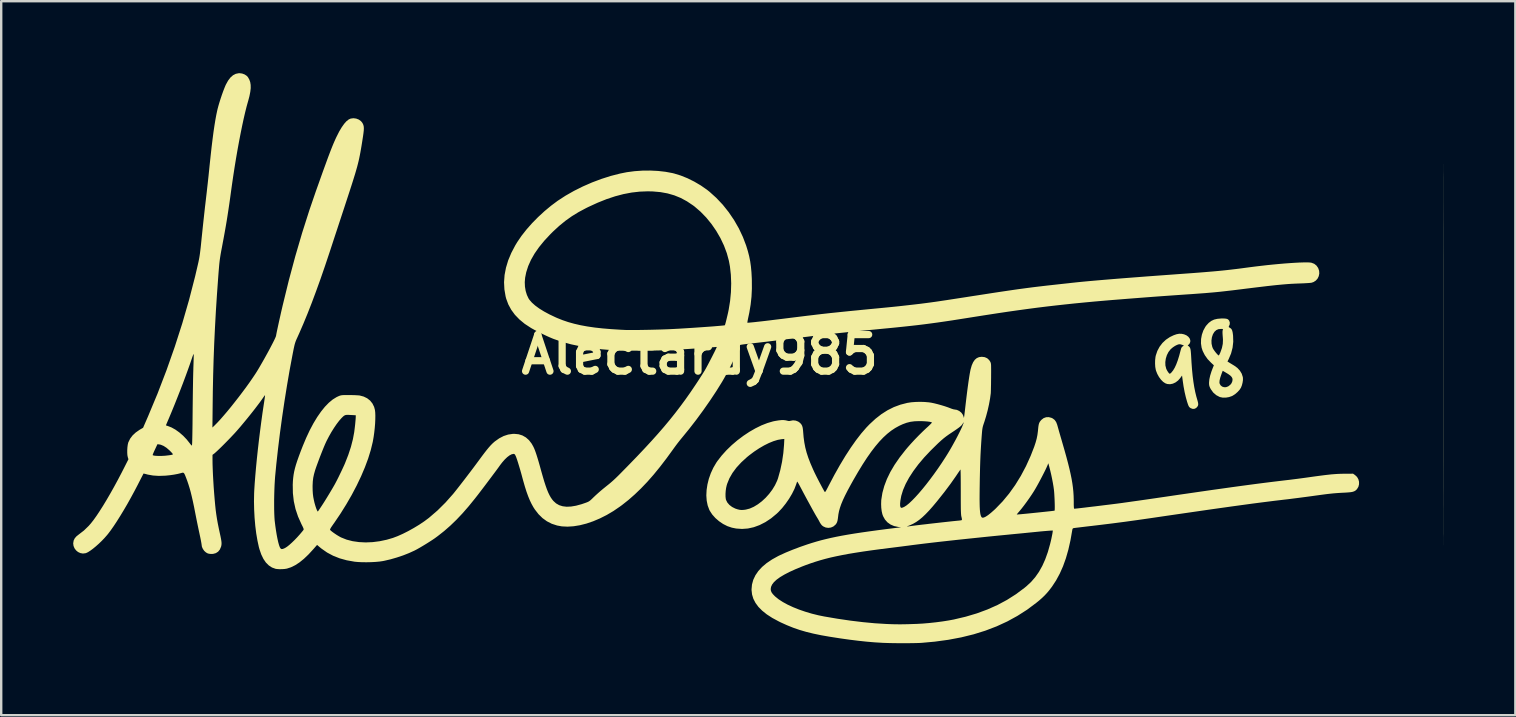
<source format=kicad_pcb>
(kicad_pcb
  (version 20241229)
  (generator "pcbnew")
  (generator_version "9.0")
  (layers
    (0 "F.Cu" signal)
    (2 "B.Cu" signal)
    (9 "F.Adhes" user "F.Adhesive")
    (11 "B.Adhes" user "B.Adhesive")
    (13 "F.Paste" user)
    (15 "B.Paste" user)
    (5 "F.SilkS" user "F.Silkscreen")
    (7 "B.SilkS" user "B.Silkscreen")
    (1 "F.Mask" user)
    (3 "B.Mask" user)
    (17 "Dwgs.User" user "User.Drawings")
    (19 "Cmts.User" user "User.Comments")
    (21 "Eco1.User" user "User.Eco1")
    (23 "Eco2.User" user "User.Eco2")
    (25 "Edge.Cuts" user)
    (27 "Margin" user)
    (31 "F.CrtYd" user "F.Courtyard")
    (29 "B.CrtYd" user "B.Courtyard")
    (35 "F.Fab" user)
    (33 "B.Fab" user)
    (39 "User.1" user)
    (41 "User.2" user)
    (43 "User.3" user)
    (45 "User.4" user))
  (footprint "Alectardy985"
    (layer "F.Cu")
    (at 26.107 11.726)
    (property "Reference" "Alectardy985" (at 0 0 0) (layer "F.SilkS") (effects (font (size 1.524 1.524) (thickness 0.3))))
    (attr board_only exclude_from_pos_files exclude_from_bom)
    (fp_poly (pts (xy 30.982 -7.936) (xy 30.982 -7.892) (xy 30.982 -7.815) (xy 30.982 -7.705) (xy 30.982 -7.56) (xy 30.983 -7.38) (xy 30.983 -7.166) (xy 30.983 -6.917) (xy 30.983 -6.632) (xy 30.983 -6.436) (xy 30.984 -5.868) (xy 30.984 -5.268) (xy 30.984 -4.639) (xy 30.985 -3.985) (xy 30.985 -3.31) (xy 30.985 -2.617) (xy 30.985 -1.91) (xy 30.985 -1.194) (xy 30.985 -0.471) (xy 30.985 0.254) (xy 30.985 0.978) (xy 30.985 1.696) (xy 30.985 2.406) (xy 30.985 3.104) (xy 30.985 3.785) (xy 30.985 4.445) (xy 30.984 5.082) (xy 30.984 5.692) (xy 30.984 6.27) (xy 30.983 6.436) (xy 30.983 6.744) (xy 30.983 7.015) (xy 30.983 7.251) (xy 30.983 7.452) (xy 30.982 7.618) (xy 30.982 7.75) (xy 30.982 7.848) (xy 30.982 7.912) (xy 30.982 7.944) (xy 30.981 7.942) (xy 30.981 7.908) (xy 30.981 7.842) (xy 30.981 7.744) (xy 30.981 7.616) (xy 30.98 7.456) (xy 30.98 7.266) (xy 30.98 7.046) (xy 30.98 6.796) (xy 30.98 6.517) (xy 30.98 6.209) (xy 30.98 5.872) (xy 30.979 5.508) (xy 30.979 5.115) (xy 30.979 4.696) (xy 30.979 4.249) (xy 30.979 3.776) (xy 30.979 3.276) (xy 30.979 2.751) (xy 30.979 2.201) (xy 30.979 1.625) (xy 30.979 1.025) (xy 30.979 0.401) (xy 30.979 0) (xy 30.979 -0.639) (xy 30.979 -1.254) (xy 30.979 -1.845) (xy 30.979 -2.411) (xy 30.979 -2.952) (xy 30.979 -3.468) (xy 30.979 -3.957) (xy 30.979 -4.421) (xy 30.979 -4.857) (xy 30.979 -5.266) (xy 30.98 -5.648) (xy 30.98 -6.002) (xy 30.98 -6.328) (xy 30.98 -6.625) (xy 30.98 -6.894) (xy 30.98 -7.132) (xy 30.98 -7.341) (xy 30.98 -7.52) (xy 30.981 -7.668) (xy 30.981 -7.785) (xy 30.981 -7.871) (xy 30.981 -7.925) (xy 30.981 -7.946)) (stroke (width 0) (type solid)) (fill yes) (layer "F.SilkS"))
    (fp_poly (pts (xy 20.08 -0.867) (xy 20.182 -0.845) (xy 20.281 -0.803) (xy 20.358 -0.745) (xy 20.412 -0.677) (xy 20.44 -0.603) (xy 20.44 -0.529) (xy 20.41 -0.458) (xy 20.379 -0.424) (xy 20.332 -0.38) (xy 20.371 -0.352) (xy 20.405 -0.322) (xy 20.43 -0.283) (xy 20.448 -0.228) (xy 20.46 -0.151) (xy 20.469 -0.047) (xy 20.473 0.009) (xy 20.492 0.336) (xy 20.514 0.631) (xy 20.54 0.896) (xy 20.571 1.136) (xy 20.606 1.355) (xy 20.646 1.555) (xy 20.691 1.741) (xy 20.719 1.838) (xy 20.748 1.938) (xy 20.765 2.011) (xy 20.771 2.064) (xy 20.767 2.106) (xy 20.753 2.142) (xy 20.744 2.158) (xy 20.687 2.224) (xy 20.615 2.259) (xy 20.536 2.261) (xy 20.454 2.23) (xy 20.443 2.222) (xy 20.413 2.199) (xy 20.389 2.172) (xy 20.367 2.133) (xy 20.344 2.074) (xy 20.316 1.99) (xy 20.312 1.979) (xy 20.257 1.785) (xy 20.205 1.563) (xy 20.16 1.322) (xy 20.128 1.103) (xy 20.097 0.872) (xy 20.028 0.968) (xy 19.934 1.077) (xy 19.827 1.158) (xy 19.714 1.211) (xy 19.597 1.234) (xy 19.482 1.225) (xy 19.401 1.196) (xy 19.309 1.135) (xy 19.219 1.044) (xy 19.136 0.932) (xy 19.066 0.805) (xy 19.013 0.671) (xy 19.002 0.63) (xy 18.981 0.512) (xy 18.973 0.375) (xy 18.974 0.312) (xy 19.4 0.312) (xy 19.404 0.453) (xy 19.436 0.582) (xy 19.441 0.596) (xy 19.471 0.657) (xy 19.507 0.716) (xy 19.543 0.765) (xy 19.573 0.794) (xy 19.584 0.798) (xy 19.61 0.786) (xy 19.645 0.756) (xy 19.652 0.748) (xy 19.725 0.658) (xy 19.792 0.546) (xy 19.856 0.408) (xy 19.918 0.242) (xy 19.979 0.045) (xy 20.04 -0.185) (xy 20.04 -0.185) (xy 20.06 -0.257) (xy 20.082 -0.302) (xy 20.11 -0.332) (xy 20.123 -0.341) (xy 20.176 -0.375) (xy 20.104 -0.408) (xy 20.016 -0.432) (xy 19.964 -0.43) (xy 19.891 -0.406) (xy 19.804 -0.362) (xy 19.715 -0.303) (xy 19.635 -0.235) (xy 19.617 -0.218) (xy 19.531 -0.107) (xy 19.465 0.023) (xy 19.421 0.166) (xy 19.4 0.312) (xy 18.974 0.312) (xy 18.976 0.231) (xy 18.991 0.096) (xy 19.004 0.036) (xy 19.067 -0.152) (xy 19.161 -0.328) (xy 19.282 -0.486) (xy 19.427 -0.622) (xy 19.59 -0.731) (xy 19.608 -0.74) (xy 19.748 -0.807) (xy 19.869 -0.849) (xy 19.977 -0.869)) (stroke (width 0) (type solid)) (fill yes) (layer "F.SilkS"))
    (fp_poly (pts (xy 21.88 -1.503) (xy 21.952 -1.493) (xy 22.003 -1.474) (xy 22.04 -1.442) (xy 22.062 -1.411) (xy 22.088 -1.337) (xy 22.083 -1.256) (xy 22.053 -1.187) (xy 22.041 -1.161) (xy 22.049 -1.142) (xy 22.084 -1.12) (xy 22.093 -1.115) (xy 22.135 -1.086) (xy 22.166 -1.048) (xy 22.189 -0.994) (xy 22.207 -0.917) (xy 22.221 -0.812) (xy 22.224 -0.783) (xy 22.231 -0.534) (xy 22.203 -0.288) (xy 22.14 -0.048) (xy 22.045 0.179) (xy 21.99 0.287) (xy 22.076 0.341) (xy 22.139 0.379) (xy 22.214 0.425) (xy 22.272 0.46) (xy 22.403 0.555) (xy 22.507 0.668) (xy 22.584 0.795) (xy 22.628 0.932) (xy 22.634 0.97) (xy 22.635 1.062) (xy 22.619 1.17) (xy 22.591 1.28) (xy 22.552 1.378) (xy 22.549 1.383) (xy 22.492 1.47) (xy 22.41 1.559) (xy 22.314 1.642) (xy 22.214 1.708) (xy 22.176 1.728) (xy 22.055 1.77) (xy 21.925 1.792) (xy 21.796 1.793) (xy 21.682 1.77) (xy 21.657 1.761) (xy 21.516 1.686) (xy 21.397 1.581) (xy 21.3 1.447) (xy 21.277 1.406) (xy 21.247 1.341) (xy 21.23 1.286) (xy 21.223 1.224) (xy 21.223 1.161) (xy 21.223 1.16) (xy 21.655 1.16) (xy 21.663 1.209) (xy 21.705 1.282) (xy 21.768 1.333) (xy 21.846 1.358) (xy 21.931 1.357) (xy 22.015 1.326) (xy 22.035 1.314) (xy 22.111 1.254) (xy 22.159 1.192) (xy 22.19 1.119) (xy 22.202 1.049) (xy 22.194 0.987) (xy 22.163 0.93) (xy 22.107 0.872) (xy 22.021 0.81) (xy 21.937 0.759) (xy 21.792 0.674) (xy 21.744 0.8) (xy 21.693 0.948) (xy 21.663 1.068) (xy 21.655 1.16) (xy 21.223 1.16) (xy 21.235 1.031) (xy 21.268 0.878) (xy 21.321 0.707) (xy 21.372 0.572) (xy 21.423 0.445) (xy 21.307 0.338) (xy 21.163 0.188) (xy 21.046 0.023) (xy 20.958 -0.15) (xy 20.912 -0.291) (xy 20.886 -0.467) (xy 20.889 -0.59) (xy 21.323 -0.59) (xy 21.327 -0.454) (xy 21.356 -0.325) (xy 21.381 -0.261) (xy 21.411 -0.211) (xy 21.452 -0.151) (xy 21.5 -0.089) (xy 21.548 -0.033) (xy 21.59 0.011) (xy 21.619 0.034) (xy 21.626 0.036) (xy 21.64 0.021) (xy 21.662 -0.021) (xy 21.689 -0.08) (xy 21.697 -0.099) (xy 21.76 -0.278) (xy 21.795 -0.448) (xy 21.802 -0.62) (xy 21.798 -0.689) (xy 21.789 -0.803) (xy 21.784 -0.887) (xy 21.783 -0.948) (xy 21.786 -0.991) (xy 21.794 -1.024) (xy 21.796 -1.03) (xy 21.802 -1.054) (xy 21.793 -1.066) (xy 21.761 -1.07) (xy 21.718 -1.07) (xy 21.611 -1.059) (xy 21.525 -1.021) (xy 21.451 -0.954) (xy 21.447 -0.95) (xy 21.384 -0.848) (xy 21.342 -0.724) (xy 21.323 -0.59) (xy 20.889 -0.59) (xy 20.89 -0.649) (xy 20.924 -0.831) (xy 20.984 -1.004) (xy 21.07 -1.16) (xy 21.106 -1.21) (xy 21.205 -1.319) (xy 21.311 -1.401) (xy 21.43 -1.458) (xy 21.568 -1.491) (xy 21.73 -1.505) (xy 21.78 -1.506)) (stroke (width 0) (type solid)) (fill yes) (layer "F.SilkS"))
    (fp_poly (pts (xy 11.874 0.106) (xy 11.976 0.15) (xy 12.059 0.226) (xy 12.107 0.299) (xy 12.117 0.321) (xy 12.126 0.344) (xy 12.132 0.372) (xy 12.137 0.41) (xy 12.14 0.461) (xy 12.141 0.531) (xy 12.142 0.623) (xy 12.142 0.741) (xy 12.141 0.891) (xy 12.141 0.943) (xy 12.139 1.089) (xy 12.138 1.228) (xy 12.135 1.354) (xy 12.133 1.461) (xy 12.13 1.546) (xy 12.128 1.602) (xy 12.127 1.615) (xy 12.097 1.835) (xy 12.053 2.075) (xy 11.997 2.325) (xy 11.931 2.572) (xy 11.859 2.805) (xy 11.849 2.834) (xy 11.823 2.91) (xy 11.803 2.974) (xy 11.788 3.035) (xy 11.777 3.098) (xy 11.767 3.174) (xy 11.759 3.269) (xy 11.749 3.392) (xy 11.748 3.406) (xy 11.732 3.625) (xy 11.719 3.832) (xy 11.707 4.034) (xy 11.697 4.237) (xy 11.689 4.448) (xy 11.682 4.672) (xy 11.676 4.917) (xy 11.67 5.189) (xy 11.668 5.343) (xy 11.664 5.603) (xy 11.662 5.83) (xy 11.661 6.025) (xy 11.663 6.192) (xy 11.666 6.332) (xy 11.672 6.449) (xy 11.68 6.545) (xy 11.69 6.622) (xy 11.703 6.682) (xy 11.719 6.729) (xy 11.738 6.765) (xy 11.744 6.775) (xy 11.781 6.797) (xy 11.839 6.789) (xy 11.918 6.752) (xy 12.017 6.687) (xy 12.048 6.662) (xy 13.208 6.662) (xy 13.225 6.662) (xy 13.274 6.659) (xy 13.35 6.653) (xy 13.449 6.644) (xy 13.566 6.633) (xy 13.697 6.62) (xy 13.837 6.606) (xy 13.982 6.591) (xy 14.128 6.576) (xy 14.269 6.561) (xy 14.403 6.547) (xy 14.523 6.534) (xy 14.626 6.523) (xy 14.707 6.513) (xy 14.761 6.506) (xy 14.785 6.502) (xy 14.786 6.501) (xy 14.791 6.478) (xy 14.793 6.425) (xy 14.794 6.348) (xy 14.793 6.252) (xy 14.79 6.144) (xy 14.786 6.03) (xy 14.78 5.916) (xy 14.774 5.808) (xy 14.767 5.711) (xy 14.759 5.633) (xy 14.758 5.624) (xy 14.739 5.49) (xy 14.712 5.332) (xy 14.679 5.16) (xy 14.642 4.986) (xy 14.603 4.821) (xy 14.567 4.681) (xy 14.525 4.527) (xy 14.489 4.617) (xy 14.454 4.697) (xy 14.405 4.802) (xy 14.344 4.924) (xy 14.275 5.059) (xy 14.202 5.199) (xy 14.127 5.339) (xy 14.055 5.47) (xy 13.988 5.587) (xy 13.93 5.684) (xy 13.924 5.694) (xy 13.833 5.835) (xy 13.731 5.985) (xy 13.623 6.137) (xy 13.514 6.284) (xy 13.412 6.416) (xy 13.321 6.526) (xy 13.306 6.543) (xy 13.261 6.596) (xy 13.227 6.637) (xy 13.209 6.66) (xy 13.208 6.662) (xy 12.048 6.662) (xy 12.136 6.592) (xy 12.275 6.469) (xy 12.334 6.413) (xy 12.62 6.117) (xy 12.891 5.79) (xy 13.145 5.434) (xy 13.38 5.053) (xy 13.595 4.648) (xy 13.788 4.222) (xy 13.938 3.837) (xy 13.996 3.662) (xy 14.04 3.503) (xy 14.071 3.347) (xy 14.093 3.18) (xy 14.098 3.122) (xy 14.11 3.007) (xy 14.124 2.921) (xy 14.143 2.855) (xy 14.17 2.801) (xy 14.208 2.751) (xy 14.24 2.716) (xy 14.329 2.647) (xy 14.432 2.61) (xy 14.542 2.605) (xy 14.654 2.634) (xy 14.71 2.661) (xy 14.79 2.723) (xy 14.851 2.81) (xy 14.896 2.925) (xy 14.904 2.956) (xy 14.917 3.001) (xy 14.938 3.076) (xy 14.966 3.176) (xy 15 3.295) (xy 15.039 3.429) (xy 15.081 3.573) (xy 15.112 3.681) (xy 15.203 3.996) (xy 15.282 4.28) (xy 15.35 4.537) (xy 15.408 4.771) (xy 15.456 4.985) (xy 15.496 5.182) (xy 15.527 5.367) (xy 15.551 5.542) (xy 15.568 5.711) (xy 15.579 5.879) (xy 15.584 6.047) (xy 15.585 6.15) (xy 15.585 6.259) (xy 15.588 6.336) (xy 15.592 6.386) (xy 15.598 6.413) (xy 15.608 6.422) (xy 15.609 6.423) (xy 15.636 6.42) (xy 15.694 6.414) (xy 15.781 6.405) (xy 15.891 6.392) (xy 16.021 6.377) (xy 16.167 6.359) (xy 16.325 6.34) (xy 16.49 6.321) (xy 16.659 6.3) (xy 16.827 6.279) (xy 16.991 6.259) (xy 17.146 6.24) (xy 17.289 6.222) (xy 17.415 6.206) (xy 17.499 6.195) (xy 17.598 6.182) (xy 17.729 6.163) (xy 17.887 6.141) (xy 18.069 6.115) (xy 18.271 6.087) (xy 18.487 6.056) (xy 18.715 6.023) (xy 18.949 5.989) (xy 19.187 5.954) (xy 19.395 5.924) (xy 19.935 5.844) (xy 20.442 5.771) (xy 20.917 5.702) (xy 21.362 5.638) (xy 21.778 5.58) (xy 22.168 5.525) (xy 22.534 5.475) (xy 22.876 5.429) (xy 23.199 5.386) (xy 23.502 5.347) (xy 23.789 5.311) (xy 24.061 5.278) (xy 24.319 5.247) (xy 24.429 5.234) (xy 24.562 5.219) (xy 24.72 5.199) (xy 24.894 5.177) (xy 25.075 5.153) (xy 25.253 5.129) (xy 25.409 5.107) (xy 25.643 5.074) (xy 25.847 5.047) (xy 26.024 5.024) (xy 26.179 5.006) (xy 26.316 4.991) (xy 26.442 4.981) (xy 26.56 4.973) (xy 26.674 4.968) (xy 26.791 4.965) (xy 26.87 4.965) (xy 27.223 4.962) (xy 27.308 5.021) (xy 27.389 5.097) (xy 27.444 5.192) (xy 27.472 5.297) (xy 27.472 5.405) (xy 27.445 5.51) (xy 27.388 5.603) (xy 27.356 5.637) (xy 27.315 5.671) (xy 27.269 5.696) (xy 27.211 5.716) (xy 27.136 5.731) (xy 27.039 5.741) (xy 26.914 5.75) (xy 26.851 5.753) (xy 26.727 5.759) (xy 26.613 5.766) (xy 26.504 5.774) (xy 26.395 5.783) (xy 26.28 5.795) (xy 26.154 5.809) (xy 26.012 5.827) (xy 25.849 5.849) (xy 25.659 5.875) (xy 25.5 5.897) (xy 25.323 5.921) (xy 25.132 5.946) (xy 24.936 5.972) (xy 24.744 5.996) (xy 24.567 6.019) (xy 24.414 6.037) (xy 24.375 6.041) (xy 24.175 6.065) (xy 23.97 6.089) (xy 23.756 6.116) (xy 23.533 6.144) (xy 23.299 6.174) (xy 23.051 6.206) (xy 22.788 6.242) (xy 22.508 6.28) (xy 22.209 6.321) (xy 21.89 6.366) (xy 21.548 6.414) (xy 21.182 6.466) (xy 20.789 6.523) (xy 20.369 6.584) (xy 19.919 6.649) (xy 19.437 6.719) (xy 18.922 6.795) (xy 18.751 6.82) (xy 18.222 6.896) (xy 17.708 6.967) (xy 17.193 7.034) (xy 16.665 7.099) (xy 16.329 7.139) (xy 16.17 7.157) (xy 16.022 7.175) (xy 15.887 7.191) (xy 15.772 7.205) (xy 15.679 7.216) (xy 15.612 7.225) (xy 15.577 7.23) (xy 15.573 7.231) (xy 15.545 7.246) (xy 15.528 7.282) (xy 15.522 7.316) (xy 15.448 7.738) (xy 15.36 8.128) (xy 15.257 8.488) (xy 15.138 8.82) (xy 15.002 9.126) (xy 14.849 9.409) (xy 14.678 9.669) (xy 14.567 9.815) (xy 14.471 9.93) (xy 14.372 10.036) (xy 14.265 10.139) (xy 14.141 10.248) (xy 14.023 10.344) (xy 13.642 10.629) (xy 13.24 10.886) (xy 12.817 11.118) (xy 12.372 11.323) (xy 11.904 11.502) (xy 11.413 11.655) (xy 10.897 11.782) (xy 10.357 11.884) (xy 9.792 11.961) (xy 9.253 12.01) (xy 9.147 12.016) (xy 9.011 12.02) (xy 8.851 12.023) (xy 8.675 12.025) (xy 8.487 12.025) (xy 8.296 12.025) (xy 8.107 12.023) (xy 7.927 12.02) (xy 7.762 12.015) (xy 7.618 12.01) (xy 7.593 12.008) (xy 7.278 11.989) (xy 6.951 11.961) (xy 6.608 11.924) (xy 6.243 11.879) (xy 5.852 11.824) (xy 5.431 11.758) (xy 5.416 11.756) (xy 5.062 11.694) (xy 4.739 11.627) (xy 4.44 11.554) (xy 4.16 11.472) (xy 3.893 11.38) (xy 3.633 11.275) (xy 3.374 11.158) (xy 3.284 11.113) (xy 3.021 10.971) (xy 2.794 10.824) (xy 2.602 10.67) (xy 2.445 10.512) (xy 2.323 10.346) (xy 2.234 10.174) (xy 2.18 9.995) (xy 2.159 9.808) (xy 2.159 9.784) (xy 2.16 9.771) (xy 2.957 9.771) (xy 2.966 9.84) (xy 2.994 9.908) (xy 3.046 9.98) (xy 3.125 10.062) (xy 3.145 10.081) (xy 3.286 10.195) (xy 3.46 10.308) (xy 3.661 10.418) (xy 3.887 10.523) (xy 4.133 10.622) (xy 4.395 10.712) (xy 4.669 10.794) (xy 4.952 10.864) (xy 5.189 10.912) (xy 5.741 11.006) (xy 6.279 11.085) (xy 6.8 11.148) (xy 7.299 11.195) (xy 7.772 11.224) (xy 7.892 11.229) (xy 8.033 11.234) (xy 8.162 11.237) (xy 8.284 11.238) (xy 8.408 11.238) (xy 8.54 11.236) (xy 8.688 11.233) (xy 8.858 11.227) (xy 9.044 11.221) (xy 9.296 11.207) (xy 9.566 11.184) (xy 9.844 11.154) (xy 10.118 11.118) (xy 10.377 11.077) (xy 10.586 11.038) (xy 11.081 10.921) (xy 11.549 10.782) (xy 11.991 10.619) (xy 12.408 10.433) (xy 12.802 10.222) (xy 13.175 9.985) (xy 13.527 9.723) (xy 13.609 9.656) (xy 13.804 9.476) (xy 13.979 9.275) (xy 14.135 9.052) (xy 14.274 8.804) (xy 14.397 8.529) (xy 14.506 8.225) (xy 14.601 7.888) (xy 14.602 7.883) (xy 14.629 7.774) (xy 14.654 7.664) (xy 14.675 7.561) (xy 14.693 7.47) (xy 14.705 7.397) (xy 14.711 7.349) (xy 14.711 7.332) (xy 14.692 7.331) (xy 14.641 7.333) (xy 14.563 7.338) (xy 14.462 7.346) (xy 14.342 7.356) (xy 14.208 7.368) (xy 14.124 7.377) (xy 13.959 7.393) (xy 13.767 7.412) (xy 13.559 7.433) (xy 13.345 7.454) (xy 13.135 7.474) (xy 12.939 7.493) (xy 12.863 7.501) (xy 12.429 7.543) (xy 12 7.586) (xy 11.577 7.63) (xy 11.165 7.673) (xy 10.766 7.715) (xy 10.384 7.757) (xy 10.022 7.797) (xy 9.683 7.836) (xy 9.37 7.873) (xy 9.086 7.908) (xy 8.834 7.94) (xy 8.781 7.947) (xy 8.696 7.959) (xy 8.581 7.973) (xy 8.445 7.991) (xy 8.294 8.01) (xy 8.136 8.03) (xy 7.977 8.05) (xy 7.928 8.056) (xy 7.523 8.107) (xy 7.15 8.157) (xy 6.808 8.206) (xy 6.494 8.255) (xy 6.203 8.303) (xy 5.935 8.353) (xy 5.685 8.404) (xy 5.45 8.456) (xy 5.229 8.512) (xy 5.017 8.571) (xy 4.812 8.634) (xy 4.611 8.701) (xy 4.411 8.773) (xy 4.268 8.828) (xy 3.986 8.944) (xy 3.739 9.056) (xy 3.527 9.166) (xy 3.349 9.272) (xy 3.205 9.376) (xy 3.094 9.478) (xy 3.017 9.579) (xy 2.971 9.678) (xy 2.957 9.771) (xy 2.16 9.771) (xy 2.177 9.581) (xy 2.23 9.386) (xy 2.318 9.199) (xy 2.44 9.02) (xy 2.597 8.849) (xy 2.788 8.688) (xy 3.013 8.536) (xy 3.271 8.393) (xy 3.329 8.365) (xy 3.585 8.248) (xy 3.87 8.131) (xy 4.177 8.015) (xy 4.48 7.91) (xy 4.667 7.85) (xy 4.856 7.793) (xy 5.049 7.739) (xy 5.249 7.689) (xy 5.458 7.64) (xy 5.679 7.593) (xy 5.915 7.547) (xy 6.169 7.502) (xy 6.443 7.457) (xy 6.74 7.412) (xy 7.062 7.366) (xy 7.414 7.318) (xy 7.796 7.268) (xy 8.128 7.227) (xy 8.391 7.195) (xy 8.27 7.181) (xy 8.178 7.161) (xy 8.631 7.161) (xy 8.641 7.163) (xy 8.679 7.158) (xy 8.681 7.158) (xy 8.724 7.153) (xy 8.795 7.144) (xy 8.886 7.132) (xy 8.988 7.119) (xy 9.044 7.112) (xy 9.145 7.1) (xy 9.269 7.085) (xy 9.413 7.069) (xy 9.57 7.05) (xy 9.737 7.031) (xy 9.906 7.012) (xy 10.075 6.993) (xy 10.237 6.975) (xy 10.387 6.959) (xy 10.52 6.944) (xy 10.632 6.933) (xy 10.717 6.924) (xy 10.761 6.92) (xy 10.83 6.913) (xy 10.885 6.905) (xy 10.917 6.897) (xy 10.919 6.896) (xy 10.926 6.871) (xy 10.918 6.814) (xy 10.907 6.767) (xy 10.9 6.737) (xy 10.894 6.701) (xy 10.89 6.658) (xy 10.886 6.602) (xy 10.883 6.532) (xy 10.88 6.444) (xy 10.879 6.335) (xy 10.878 6.201) (xy 10.877 6.04) (xy 10.877 5.847) (xy 10.877 5.711) (xy 10.876 5.531) (xy 10.876 5.363) (xy 10.875 5.21) (xy 10.874 5.075) (xy 10.872 4.962) (xy 10.87 4.874) (xy 10.868 4.815) (xy 10.866 4.788) (xy 10.865 4.786) (xy 10.852 4.805) (xy 10.822 4.848) (xy 10.778 4.912) (xy 10.725 4.99) (xy 10.677 5.062) (xy 10.451 5.384) (xy 10.196 5.724) (xy 9.915 6.078) (xy 9.88 6.121) (xy 9.709 6.326) (xy 9.553 6.502) (xy 9.409 6.652) (xy 9.275 6.779) (xy 9.147 6.885) (xy 9.022 6.973) (xy 8.897 7.046) (xy 8.77 7.106) (xy 8.704 7.132) (xy 8.652 7.152) (xy 8.631 7.161) (xy 8.178 7.161) (xy 8.101 7.145) (xy 7.951 7.081) (xy 7.822 6.989) (xy 7.718 6.872) (xy 7.64 6.732) (xy 7.61 6.649) (xy 7.582 6.526) (xy 7.564 6.38) (xy 7.558 6.225) (xy 7.559 6.207) (xy 8.349 6.207) (xy 8.35 6.297) (xy 8.364 6.355) (xy 8.39 6.383) (xy 8.405 6.385) (xy 8.446 6.377) (xy 8.499 6.355) (xy 8.521 6.345) (xy 8.615 6.285) (xy 8.725 6.196) (xy 8.848 6.08) (xy 8.983 5.941) (xy 9.128 5.781) (xy 9.281 5.601) (xy 9.439 5.406) (xy 9.6 5.197) (xy 9.763 4.977) (xy 9.926 4.748) (xy 10.085 4.514) (xy 10.24 4.276) (xy 10.346 4.106) (xy 10.425 3.974) (xy 10.506 3.833) (xy 10.587 3.687) (xy 10.667 3.541) (xy 10.742 3.398) (xy 10.811 3.262) (xy 10.872 3.138) (xy 10.923 3.029) (xy 10.961 2.939) (xy 10.986 2.872) (xy 10.994 2.834) (xy 10.988 2.827) (xy 10.973 2.849) (xy 10.969 2.858) (xy 10.947 2.899) (xy 10.914 2.941) (xy 10.867 2.987) (xy 10.801 3.04) (xy 10.714 3.103) (xy 10.602 3.18) (xy 10.513 3.239) (xy 10.382 3.326) (xy 10.271 3.405) (xy 10.17 3.484) (xy 10.068 3.571) (xy 9.954 3.675) (xy 9.927 3.7) (xy 9.623 3.998) (xy 9.349 4.289) (xy 9.108 4.575) (xy 8.9 4.854) (xy 8.724 5.125) (xy 8.581 5.388) (xy 8.472 5.642) (xy 8.397 5.887) (xy 8.361 6.083) (xy 8.349 6.207) (xy 7.559 6.207) (xy 7.563 6.075) (xy 7.566 6.046) (xy 7.611 5.762) (xy 7.689 5.476) (xy 7.799 5.186) (xy 7.942 4.891) (xy 8.119 4.591) (xy 8.33 4.285) (xy 8.576 3.971) (xy 8.66 3.871) (xy 8.802 3.71) (xy 8.96 3.539) (xy 9.126 3.368) (xy 9.291 3.205) (xy 9.445 3.059) (xy 9.487 3.022) (xy 9.556 2.958) (xy 9.613 2.902) (xy 9.654 2.859) (xy 9.674 2.833) (xy 9.675 2.828) (xy 9.642 2.813) (xy 9.58 2.799) (xy 9.493 2.788) (xy 9.389 2.779) (xy 9.273 2.773) (xy 9.152 2.771) (xy 9.144 2.771) (xy 8.952 2.778) (xy 8.782 2.8) (xy 8.622 2.84) (xy 8.46 2.899) (xy 8.315 2.966) (xy 8.145 3.059) (xy 7.978 3.17) (xy 7.813 3.301) (xy 7.649 3.452) (xy 7.483 3.626) (xy 7.316 3.824) (xy 7.145 4.047) (xy 6.969 4.298) (xy 6.787 4.578) (xy 6.597 4.889) (xy 6.399 5.231) (xy 6.286 5.434) (xy 6.16 5.667) (xy 6.054 5.875) (xy 5.967 6.06) (xy 5.897 6.228) (xy 5.844 6.38) (xy 5.804 6.521) (xy 5.778 6.654) (xy 5.769 6.726) (xy 5.755 6.838) (xy 5.74 6.922) (xy 5.721 6.985) (xy 5.695 7.036) (xy 5.661 7.082) (xy 5.654 7.089) (xy 5.568 7.162) (xy 5.466 7.206) (xy 5.358 7.22) (xy 5.249 7.205) (xy 5.148 7.159) (xy 5.092 7.116) (xy 5.055 7.071) (xy 5.014 7.01) (xy 4.991 6.967) (xy 4.952 6.893) (xy 4.905 6.813) (xy 4.877 6.767) (xy 4.85 6.722) (xy 4.808 6.649) (xy 4.754 6.553) (xy 4.69 6.438) (xy 4.62 6.31) (xy 4.545 6.172) (xy 4.467 6.03) (xy 4.39 5.887) (xy 4.316 5.749) (xy 4.248 5.619) (xy 4.199 5.527) (xy 4.154 5.443) (xy 4.115 5.372) (xy 4.084 5.321) (xy 4.064 5.294) (xy 4.059 5.291) (xy 4.05 5.316) (xy 4.033 5.364) (xy 4.019 5.407) (xy 3.946 5.598) (xy 3.845 5.801) (xy 3.723 6.006) (xy 3.584 6.206) (xy 3.434 6.395) (xy 3.275 6.565) (xy 3.205 6.631) (xy 2.973 6.823) (xy 2.736 6.98) (xy 2.495 7.103) (xy 2.252 7.192) (xy 2.008 7.246) (xy 1.763 7.264) (xy 1.519 7.247) (xy 1.338 7.211) (xy 1.153 7.148) (xy 0.973 7.057) (xy 0.804 6.942) (xy 0.651 6.809) (xy 0.52 6.662) (xy 0.419 6.507) (xy 0.398 6.466) (xy 0.331 6.285) (xy 0.29 6.084) (xy 0.275 5.869) (xy 0.278 5.804) (xy 1.074 5.804) (xy 1.075 5.92) (xy 1.086 6.016) (xy 1.096 6.055) (xy 1.151 6.165) (xy 1.237 6.264) (xy 1.349 6.349) (xy 1.482 6.416) (xy 1.58 6.448) (xy 1.668 6.468) (xy 1.75 6.475) (xy 1.841 6.469) (xy 1.921 6.458) (xy 2.085 6.415) (xy 2.254 6.34) (xy 2.422 6.238) (xy 2.588 6.112) (xy 2.746 5.966) (xy 2.892 5.803) (xy 3.023 5.629) (xy 3.135 5.445) (xy 3.224 5.257) (xy 3.262 5.153) (xy 3.355 4.819) (xy 3.43 4.466) (xy 3.483 4.106) (xy 3.513 3.757) (xy 3.525 3.514) (xy 3.409 3.525) (xy 3.25 3.553) (xy 3.073 3.607) (xy 2.881 3.685) (xy 2.681 3.785) (xy 2.475 3.905) (xy 2.268 4.042) (xy 2.064 4.195) (xy 1.968 4.273) (xy 1.732 4.489) (xy 1.531 4.707) (xy 1.366 4.929) (xy 1.237 5.153) (xy 1.144 5.381) (xy 1.125 5.443) (xy 1.099 5.556) (xy 1.082 5.68) (xy 1.074 5.804) (xy 0.278 5.804) (xy 0.286 5.642) (xy 0.321 5.41) (xy 0.379 5.175) (xy 0.461 4.943) (xy 0.565 4.717) (xy 0.691 4.502) (xy 0.743 4.427) (xy 0.919 4.201) (xy 1.118 3.981) (xy 1.336 3.77) (xy 1.57 3.571) (xy 1.815 3.386) (xy 2.066 3.219) (xy 2.321 3.072) (xy 2.573 2.948) (xy 2.821 2.851) (xy 3.058 2.782) (xy 3.13 2.767) (xy 3.28 2.742) (xy 3.403 2.729) (xy 3.504 2.729) (xy 3.589 2.74) (xy 3.62 2.748) (xy 3.691 2.765) (xy 3.742 2.767) (xy 3.778 2.759) (xy 3.886 2.739) (xy 3.998 2.75) (xy 4.103 2.79) (xy 4.179 2.845) (xy 4.231 2.903) (xy 4.267 2.967) (xy 4.29 3.047) (xy 4.304 3.151) (xy 4.308 3.203) (xy 4.328 3.44) (xy 4.358 3.661) (xy 4.399 3.874) (xy 4.454 4.085) (xy 4.525 4.302) (xy 4.613 4.53) (xy 4.72 4.777) (xy 4.78 4.908) (xy 4.819 4.987) (xy 4.868 5.086) (xy 4.924 5.196) (xy 4.984 5.312) (xy 5.044 5.425) (xy 5.1 5.531) (xy 5.149 5.62) (xy 5.187 5.688) (xy 5.2 5.71) (xy 5.21 5.722) (xy 5.221 5.724) (xy 5.235 5.713) (xy 5.255 5.684) (xy 5.284 5.633) (xy 5.324 5.557) (xy 5.376 5.456) (xy 5.609 5.014) (xy 5.84 4.604) (xy 6.068 4.225) (xy 6.293 3.879) (xy 6.514 3.565) (xy 6.73 3.286) (xy 6.942 3.041) (xy 7.075 2.903) (xy 7.323 2.674) (xy 7.573 2.479) (xy 7.827 2.318) (xy 8.089 2.187) (xy 8.362 2.086) (xy 8.65 2.012) (xy 8.663 2.01) (xy 8.818 1.986) (xy 8.997 1.973) (xy 9.185 1.968) (xy 9.373 1.974) (xy 9.546 1.989) (xy 9.643 2.003) (xy 9.768 2.029) (xy 9.912 2.065) (xy 10.063 2.107) (xy 10.211 2.152) (xy 10.343 2.197) (xy 10.43 2.23) (xy 10.5 2.257) (xy 10.563 2.277) (xy 10.607 2.286) (xy 10.612 2.286) (xy 10.714 2.303) (xy 10.812 2.348) (xy 10.897 2.415) (xy 10.959 2.499) (xy 10.984 2.556) (xy 11.008 2.64) (xy 11.019 2.576) (xy 11.024 2.542) (xy 11.032 2.476) (xy 11.043 2.386) (xy 11.056 2.276) (xy 11.07 2.152) (xy 11.085 2.023) (xy 11.113 1.787) (xy 11.141 1.56) (xy 11.169 1.347) (xy 11.196 1.151) (xy 11.222 0.976) (xy 11.246 0.825) (xy 11.268 0.704) (xy 11.286 0.617) (xy 11.334 0.45) (xy 11.392 0.318) (xy 11.461 0.217) (xy 11.543 0.147) (xy 11.639 0.105) (xy 11.751 0.091) (xy 11.753 0.091)) (stroke (width 0) (type solid)) (fill yes) (layer "F.SilkS"))
    (fp_poly (pts (xy -19.067 -11.712) (xy -18.964 -11.674) (xy -18.876 -11.616) (xy -18.826 -11.561) (xy -18.77 -11.463) (xy -18.731 -11.356) (xy -18.712 -11.237) (xy -18.71 -11.102) (xy -18.728 -10.948) (xy -18.763 -10.77) (xy -18.817 -10.565) (xy -18.825 -10.54) (xy -18.882 -10.334) (xy -18.942 -10.095) (xy -19.004 -9.827) (xy -19.067 -9.534) (xy -19.131 -9.219) (xy -19.195 -8.886) (xy -19.259 -8.538) (xy -19.321 -8.179) (xy -19.381 -7.813) (xy -19.438 -7.443) (xy -19.492 -7.073) (xy -19.522 -6.858) (xy -19.563 -6.559) (xy -19.601 -6.289) (xy -19.638 -6.04) (xy -19.674 -5.806) (xy -19.71 -5.577) (xy -19.749 -5.348) (xy -19.791 -5.111) (xy -19.837 -4.858) (xy -19.889 -4.582) (xy -19.911 -4.463) (xy -19.937 -4.329) (xy -19.958 -4.214) (xy -19.975 -4.111) (xy -19.99 -4.015) (xy -20.003 -3.919) (xy -20.015 -3.817) (xy -20.026 -3.704) (xy -20.037 -3.573) (xy -20.05 -3.419) (xy -20.064 -3.235) (xy -20.065 -3.22) (xy -20.117 -2.499) (xy -20.162 -1.805) (xy -20.199 -1.13) (xy -20.231 -0.468) (xy -20.256 0.189) (xy -20.275 0.851) (xy -20.289 1.524) (xy -20.295 2.014) (xy -20.306 3.039) (xy -20.212 2.948) (xy -20.103 2.838) (xy -19.977 2.702) (xy -19.838 2.543) (xy -19.688 2.367) (xy -19.531 2.176) (xy -19.371 1.974) (xy -19.209 1.767) (xy -19.05 1.557) (xy -18.896 1.35) (xy -18.751 1.148) (xy -18.619 0.956) (xy -18.519 0.807) (xy -18.456 0.708) (xy -18.385 0.591) (xy -18.309 0.461) (xy -18.228 0.321) (xy -18.145 0.175) (xy -18.063 0.027) (xy -17.982 -0.12) (xy -17.906 -0.262) (xy -17.837 -0.394) (xy -17.775 -0.514) (xy -17.724 -0.617) (xy -17.685 -0.701) (xy -17.661 -0.76) (xy -17.653 -0.79) (xy -17.649 -0.817) (xy -17.638 -0.875) (xy -17.621 -0.96) (xy -17.598 -1.068) (xy -17.571 -1.193) (xy -17.541 -1.331) (xy -17.508 -1.479) (xy -17.474 -1.631) (xy -17.44 -1.784) (xy -17.405 -1.933) (xy -17.378 -2.05) (xy -17.124 -3.087) (xy -16.854 -4.093) (xy -16.568 -5.07) (xy -16.265 -6.021) (xy -15.995 -6.808) (xy -15.886 -7.113) (xy -15.789 -7.386) (xy -15.702 -7.63) (xy -15.623 -7.846) (xy -15.553 -8.038) (xy -15.491 -8.208) (xy -15.434 -8.359) (xy -15.383 -8.492) (xy -15.337 -8.61) (xy -15.294 -8.716) (xy -15.254 -8.812) (xy -15.215 -8.901) (xy -15.178 -8.984) (xy -15.14 -9.065) (xy -15.129 -9.087) (xy -15.023 -9.297) (xy -14.918 -9.473) (xy -14.817 -9.616) (xy -14.72 -9.725) (xy -14.626 -9.799) (xy -14.544 -9.835) (xy -14.43 -9.85) (xy -14.315 -9.835) (xy -14.208 -9.794) (xy -14.118 -9.73) (xy -14.069 -9.672) (xy -14.037 -9.619) (xy -14.015 -9.565) (xy -14.001 -9.505) (xy -13.996 -9.434) (xy -13.999 -9.346) (xy -14.011 -9.236) (xy -14.03 -9.098) (xy -14.04 -9.034) (xy -14.067 -8.861) (xy -14.092 -8.706) (xy -14.116 -8.564) (xy -14.139 -8.433) (xy -14.163 -8.309) (xy -14.187 -8.19) (xy -14.213 -8.072) (xy -14.243 -7.951) (xy -14.275 -7.826) (xy -14.313 -7.693) (xy -14.355 -7.548) (xy -14.404 -7.389) (xy -14.459 -7.212) (xy -14.522 -7.015) (xy -14.594 -6.793) (xy -14.675 -6.545) (xy -14.766 -6.267) (xy -14.807 -6.141) (xy -14.88 -5.92) (xy -14.957 -5.685) (xy -15.036 -5.445) (xy -15.115 -5.204) (xy -15.193 -4.969) (xy -15.266 -4.746) (xy -15.333 -4.541) (xy -15.392 -4.361) (xy -15.421 -4.273) (xy -15.614 -3.696) (xy -15.801 -3.154) (xy -15.985 -2.644) (xy -16.164 -2.164) (xy -16.34 -1.714) (xy -16.514 -1.291) (xy -16.686 -0.894) (xy -16.766 -0.717) (xy -16.798 -0.647) (xy -16.824 -0.587) (xy -16.845 -0.531) (xy -16.864 -0.473) (xy -16.882 -0.409) (xy -16.9 -0.331) (xy -16.921 -0.234) (xy -16.945 -0.113) (xy -16.974 0.036) (xy -17.09 0.655) (xy -17.2 1.298) (xy -17.305 1.955) (xy -17.403 2.618) (xy -17.493 3.28) (xy -17.573 3.931) (xy -17.643 4.563) (xy -17.693 5.08) (xy -17.705 5.248) (xy -17.716 5.436) (xy -17.724 5.638) (xy -17.73 5.847) (xy -17.734 6.057) (xy -17.734 6.263) (xy -17.733 6.458) (xy -17.728 6.636) (xy -17.721 6.79) (xy -17.712 6.916) (xy -17.71 6.931) (xy -17.685 7.134) (xy -17.657 7.329) (xy -17.627 7.511) (xy -17.595 7.676) (xy -17.563 7.818) (xy -17.531 7.935) (xy -17.5 8.02) (xy -17.496 8.03) (xy -17.466 8.078) (xy -17.43 8.102) (xy -17.382 8.101) (xy -17.316 8.076) (xy -17.269 8.052) (xy -17.194 8.004) (xy -17.102 7.931) (xy -16.997 7.837) (xy -16.885 7.729) (xy -16.77 7.609) (xy -16.657 7.483) (xy -16.55 7.355) (xy -16.513 7.308) (xy -16.505 7.291) (xy -16.505 7.268) (xy -16.516 7.232) (xy -16.54 7.177) (xy -16.579 7.099) (xy -16.597 7.063) (xy -16.737 6.751) (xy -16.843 6.434) (xy -16.915 6.108) (xy -16.953 5.771) (xy -16.957 5.506) (xy -16.132 5.506) (xy -16.129 5.667) (xy -16.12 5.806) (xy -16.103 5.938) (xy -16.075 6.078) (xy -16.054 6.169) (xy -16.029 6.259) (xy -16.002 6.347) (xy -15.975 6.424) (xy -15.949 6.486) (xy -15.928 6.526) (xy -15.913 6.538) (xy -15.911 6.537) (xy -15.897 6.517) (xy -15.866 6.473) (xy -15.824 6.41) (xy -15.774 6.335) (xy -15.754 6.305) (xy -15.691 6.208) (xy -15.615 6.088) (xy -15.531 5.952) (xy -15.444 5.809) (xy -15.359 5.667) (xy -15.28 5.533) (xy -15.218 5.425) (xy -15.173 5.342) (xy -15.117 5.235) (xy -15.054 5.11) (xy -14.989 4.975) (xy -14.923 4.839) (xy -14.863 4.71) (xy -14.81 4.594) (xy -14.781 4.527) (xy -14.645 4.181) (xy -14.534 3.844) (xy -14.451 3.521) (xy -14.397 3.229) (xy -14.384 3.126) (xy -14.37 3.012) (xy -14.357 2.895) (xy -14.347 2.784) (xy -14.338 2.687) (xy -14.334 2.613) (xy -14.333 2.584) (xy -14.333 2.527) (xy -14.545 2.516) (xy -14.644 2.511) (xy -14.715 2.512) (xy -14.769 2.521) (xy -14.813 2.542) (xy -14.858 2.577) (xy -14.911 2.629) (xy -14.929 2.647) (xy -15.026 2.757) (xy -15.131 2.895) (xy -15.24 3.055) (xy -15.349 3.229) (xy -15.453 3.413) (xy -15.549 3.598) (xy -15.574 3.651) (xy -15.613 3.737) (xy -15.661 3.85) (xy -15.715 3.983) (xy -15.773 4.129) (xy -15.832 4.28) (xy -15.888 4.43) (xy -15.94 4.571) (xy -15.985 4.695) (xy -16.019 4.796) (xy -16.026 4.817) (xy -16.073 4.983) (xy -16.105 5.132) (xy -16.123 5.279) (xy -16.131 5.442) (xy -16.132 5.506) (xy -16.957 5.506) (xy -16.959 5.42) (xy -16.958 5.412) (xy -16.952 5.27) (xy -16.94 5.136) (xy -16.923 5.005) (xy -16.899 4.873) (xy -16.866 4.734) (xy -16.824 4.586) (xy -16.771 4.423) (xy -16.706 4.24) (xy -16.629 4.033) (xy -16.542 3.81) (xy -16.399 3.469) (xy -16.251 3.153) (xy -16.098 2.865) (xy -15.94 2.604) (xy -15.78 2.374) (xy -15.618 2.173) (xy -15.455 2.005) (xy -15.291 1.869) (xy -15.127 1.768) (xy -15.028 1.723) (xy -14.987 1.708) (xy -14.947 1.698) (xy -14.901 1.691) (xy -14.843 1.687) (xy -14.766 1.685) (xy -14.663 1.685) (xy -14.596 1.685) (xy -14.482 1.687) (xy -14.374 1.69) (xy -14.279 1.695) (xy -14.205 1.7) (xy -14.169 1.704) (xy -14.004 1.748) (xy -13.858 1.819) (xy -13.735 1.916) (xy -13.638 2.037) (xy -13.568 2.179) (xy -13.535 2.302) (xy -13.522 2.408) (xy -13.517 2.543) (xy -13.519 2.701) (xy -13.527 2.876) (xy -13.542 3.06) (xy -13.563 3.249) (xy -13.589 3.435) (xy -13.62 3.612) (xy -13.627 3.647) (xy -13.708 3.979) (xy -13.816 4.33) (xy -13.952 4.695) (xy -14.112 5.072) (xy -14.296 5.458) (xy -14.502 5.849) (xy -14.729 6.242) (xy -14.975 6.635) (xy -15.238 7.024) (xy -15.257 7.049) (xy -15.32 7.14) (xy -15.364 7.205) (xy -15.39 7.251) (xy -15.403 7.281) (xy -15.403 7.301) (xy -15.399 7.309) (xy -15.36 7.346) (xy -15.297 7.396) (xy -15.218 7.452) (xy -15.132 7.51) (xy -15.045 7.563) (xy -14.967 7.607) (xy -14.94 7.62) (xy -14.714 7.71) (xy -14.466 7.774) (xy -14.2 7.812) (xy -13.921 7.826) (xy -13.631 7.814) (xy -13.336 7.776) (xy -13.04 7.713) (xy -12.784 7.638) (xy -12.586 7.563) (xy -12.369 7.466) (xy -12.143 7.352) (xy -11.915 7.225) (xy -11.692 7.09) (xy -11.484 6.951) (xy -11.297 6.812) (xy -11.276 6.795) (xy -10.924 6.492) (xy -10.592 6.162) (xy -10.276 5.806) (xy -10.209 5.723) (xy -10.123 5.615) (xy -10.024 5.489) (xy -9.914 5.347) (xy -9.797 5.196) (xy -9.678 5.04) (xy -9.559 4.884) (xy -9.445 4.733) (xy -9.339 4.591) (xy -9.245 4.464) (xy -9.211 4.418) (xy -9.083 4.244) (xy -8.972 4.097) (xy -8.875 3.973) (xy -8.791 3.871) (xy -8.715 3.785) (xy -8.646 3.714) (xy -8.579 3.653) (xy -8.538 3.618) (xy -8.354 3.488) (xy -8.171 3.393) (xy -7.985 3.332) (xy -7.794 3.304) (xy -7.72 3.302) (xy -7.547 3.319) (xy -7.388 3.369) (xy -7.243 3.452) (xy -7.114 3.566) (xy -7.003 3.711) (xy -6.933 3.836) (xy -6.9 3.906) (xy -6.868 3.985) (xy -6.835 4.076) (xy -6.799 4.183) (xy -6.759 4.31) (xy -6.714 4.461) (xy -6.663 4.64) (xy -6.607 4.844) (xy -6.539 5.083) (xy -6.478 5.29) (xy -6.42 5.467) (xy -6.366 5.619) (xy -6.313 5.748) (xy -6.26 5.858) (xy -6.207 5.952) (xy -6.151 6.033) (xy -6.098 6.098) (xy -5.987 6.199) (xy -5.859 6.273) (xy -5.713 6.319) (xy -5.548 6.339) (xy -5.363 6.331) (xy -5.156 6.296) (xy -4.926 6.234) (xy -4.766 6.179) (xy -4.698 6.154) (xy -4.645 6.131) (xy -4.6 6.104) (xy -4.554 6.069) (xy -4.5 6.02) (xy -4.43 5.951) (xy -4.417 5.939) (xy -4.34 5.866) (xy -4.244 5.779) (xy -4.138 5.686) (xy -4.031 5.596) (xy -3.964 5.542) (xy -3.875 5.47) (xy -3.797 5.408) (xy -3.727 5.35) (xy -3.663 5.295) (xy -3.6 5.239) (xy -3.535 5.179) (xy -3.464 5.111) (xy -3.384 5.033) (xy -3.292 4.94) (xy -3.184 4.83) (xy -3.056 4.7) (xy -2.959 4.601) (xy -2.619 4.25) (xy -2.305 3.918) (xy -2.013 3.602) (xy -1.742 3.3) (xy -1.488 3.007) (xy -1.249 2.72) (xy -1.022 2.436) (xy -0.804 2.151) (xy -0.593 1.864) (xy -0.385 1.569) (xy -0.179 1.264) (xy -0.105 1.152) (xy -0.032 1.041) (xy 0.04 0.928) (xy 0.108 0.822) (xy 0.166 0.729) (xy 0.21 0.658) (xy 0.218 0.644) (xy 0.25 0.588) (xy 0.292 0.511) (xy 0.342 0.418) (xy 0.396 0.315) (xy 0.453 0.205) (xy 0.51 0.095) (xy 0.564 -0.012) (xy 0.613 -0.109) (xy 0.654 -0.193) (xy 0.685 -0.258) (xy 0.704 -0.299) (xy 0.708 -0.311) (xy 0.693 -0.32) (xy 0.667 -0.318) (xy 0.637 -0.314) (xy 0.576 -0.309) (xy 0.485 -0.301) (xy 0.371 -0.293) (xy 0.236 -0.283) (xy 0.085 -0.272) (xy -0.079 -0.261) (xy -0.252 -0.25) (xy -0.429 -0.238) (xy -0.607 -0.227) (xy -0.782 -0.216) (xy -0.95 -0.206) (xy -1.107 -0.197) (xy -1.225 -0.191) (xy -1.385 -0.183) (xy -1.569 -0.177) (xy -1.773 -0.172) (xy -1.991 -0.168) (xy -2.218 -0.166) (xy -2.447 -0.164) (xy -2.674 -0.164) (xy -2.893 -0.165) (xy -3.098 -0.167) (xy -3.284 -0.17) (xy -3.446 -0.175) (xy -3.577 -0.181) (xy -3.592 -0.182) (xy -4.083 -0.221) (xy -4.542 -0.276) (xy -4.97 -0.345) (xy -5.367 -0.43) (xy -5.736 -0.531) (xy -6.076 -0.648) (xy -6.132 -0.67) (xy -6.263 -0.725) (xy -6.413 -0.793) (xy -6.574 -0.87) (xy -6.734 -0.95) (xy -6.883 -1.028) (xy -7.011 -1.099) (xy -7.039 -1.116) (xy -7.294 -1.283) (xy -7.514 -1.465) (xy -7.702 -1.66) (xy -7.855 -1.869) (xy -7.976 -2.091) (xy -8.064 -2.328) (xy -8.089 -2.424) (xy -8.139 -2.717) (xy -8.154 -3.015) (xy -8.154 -3.018) (xy -7.291 -3.018) (xy -7.283 -2.832) (xy -7.253 -2.652) (xy -7.202 -2.487) (xy -7.134 -2.342) (xy -7.097 -2.286) (xy -6.994 -2.167) (xy -6.857 -2.045) (xy -6.688 -1.921) (xy -6.489 -1.798) (xy -6.261 -1.675) (xy -6.008 -1.555) (xy -5.933 -1.522) (xy -5.712 -1.434) (xy -5.479 -1.355) (xy -5.232 -1.286) (xy -4.968 -1.225) (xy -4.685 -1.173) (xy -4.378 -1.128) (xy -4.045 -1.091) (xy -3.683 -1.061) (xy -3.29 -1.036) (xy -3.102 -1.027) (xy -3.018 -1.025) (xy -2.903 -1.024) (xy -2.762 -1.024) (xy -2.6 -1.025) (xy -2.422 -1.028) (xy -2.234 -1.031) (xy -2.04 -1.035) (xy -1.846 -1.04) (xy -1.656 -1.045) (xy -1.477 -1.051) (xy -1.312 -1.057) (xy -1.188 -1.063) (xy -1.033 -1.071) (xy -0.863 -1.08) (xy -0.683 -1.091) (xy -0.495 -1.103) (xy -0.304 -1.115) (xy -0.113 -1.128) (xy 0.075 -1.141) (xy 0.257 -1.154) (xy 0.428 -1.166) (xy 0.585 -1.178) (xy 0.725 -1.19) (xy 0.844 -1.2) (xy 0.939 -1.209) (xy 1.006 -1.216) (xy 1.042 -1.222) (xy 1.048 -1.223) (xy 1.055 -1.244) (xy 1.07 -1.293) (xy 1.089 -1.365) (xy 1.111 -1.453) (xy 1.134 -1.55) (xy 1.158 -1.65) (xy 1.18 -1.746) (xy 1.198 -1.833) (xy 1.206 -1.869) (xy 1.265 -2.233) (xy 1.3 -2.602) (xy 1.311 -2.968) (xy 1.297 -3.327) (xy 1.259 -3.67) (xy 1.215 -3.908) (xy 1.129 -4.225) (xy 1.01 -4.543) (xy 0.862 -4.855) (xy 0.687 -5.157) (xy 0.488 -5.445) (xy 0.269 -5.713) (xy 0.032 -5.957) (xy -0.219 -6.173) (xy -0.278 -6.217) (xy -0.532 -6.387) (xy -0.791 -6.527) (xy -1.059 -6.636) (xy -1.34 -6.717) (xy -1.638 -6.771) (xy -1.957 -6.799) (xy -2.166 -6.804) (xy -2.501 -6.791) (xy -2.837 -6.753) (xy -3.178 -6.688) (xy -3.527 -6.596) (xy -3.885 -6.477) (xy -4.257 -6.328) (xy -4.645 -6.15) (xy -4.741 -6.102) (xy -5.045 -5.94) (xy -5.327 -5.767) (xy -5.593 -5.578) (xy -5.852 -5.367) (xy -6.11 -5.13) (xy -6.226 -5.014) (xy -6.48 -4.742) (xy -6.698 -4.474) (xy -6.882 -4.21) (xy -7.031 -3.949) (xy -7.147 -3.69) (xy -7.23 -3.432) (xy -7.276 -3.202) (xy -7.291 -3.018) (xy -8.154 -3.018) (xy -8.132 -3.316) (xy -8.074 -3.62) (xy -7.981 -3.928) (xy -7.851 -4.239) (xy -7.685 -4.554) (xy -7.602 -4.691) (xy -7.426 -4.949) (xy -7.219 -5.212) (xy -6.988 -5.474) (xy -6.736 -5.73) (xy -6.469 -5.976) (xy -6.192 -6.206) (xy -5.918 -6.41) (xy -5.592 -6.622) (xy -5.24 -6.822) (xy -4.869 -7.007) (xy -4.484 -7.175) (xy -4.093 -7.322) (xy -3.703 -7.446) (xy -3.32 -7.544) (xy -3.036 -7.601) (xy -2.718 -7.643) (xy -2.39 -7.666) (xy -2.061 -7.669) (xy -1.737 -7.653) (xy -1.428 -7.618) (xy -1.139 -7.564) (xy -1.069 -7.547) (xy -0.792 -7.462) (xy -0.509 -7.348) (xy -0.227 -7.208) (xy 0.045 -7.048) (xy 0.3 -6.871) (xy 0.408 -6.785) (xy 0.692 -6.529) (xy 0.96 -6.245) (xy 1.207 -5.935) (xy 1.431 -5.605) (xy 1.629 -5.26) (xy 1.798 -4.902) (xy 1.934 -4.544) (xy 2.003 -4.319) (xy 2.059 -4.104) (xy 2.102 -3.891) (xy 2.133 -3.671) (xy 2.155 -3.435) (xy 2.169 -3.175) (xy 2.171 -3.102) (xy 2.173 -2.747) (xy 2.157 -2.412) (xy 2.121 -2.084) (xy 2.066 -1.751) (xy 2.03 -1.581) (xy 2.011 -1.492) (xy 1.996 -1.416) (xy 1.987 -1.36) (xy 1.984 -1.331) (xy 1.985 -1.329) (xy 2.006 -1.328) (xy 2.06 -1.332) (xy 2.146 -1.34) (xy 2.261 -1.351) (xy 2.402 -1.367) (xy 2.568 -1.385) (xy 2.757 -1.407) (xy 2.965 -1.432) (xy 3.19 -1.46) (xy 3.431 -1.489) (xy 3.493 -1.497) (xy 3.773 -1.532) (xy 4.03 -1.564) (xy 4.266 -1.593) (xy 4.484 -1.62) (xy 4.69 -1.644) (xy 4.886 -1.668) (xy 5.076 -1.69) (xy 5.264 -1.711) (xy 5.453 -1.732) (xy 5.647 -1.752) (xy 5.85 -1.773) (xy 6.064 -1.795) (xy 6.295 -1.819) (xy 6.545 -1.843) (xy 6.819 -1.87) (xy 7.119 -1.899) (xy 7.45 -1.931) (xy 7.647 -1.95) (xy 7.975 -1.982) (xy 8.303 -2.016) (xy 8.624 -2.052) (xy 8.933 -2.087) (xy 9.22 -2.121) (xy 9.48 -2.155) (xy 9.525 -2.161) (xy 9.617 -2.173) (xy 9.709 -2.186) (xy 9.806 -2.199) (xy 9.909 -2.214) (xy 10.022 -2.231) (xy 10.148 -2.25) (xy 10.29 -2.271) (xy 10.451 -2.296) (xy 10.633 -2.324) (xy 10.84 -2.356) (xy 11.075 -2.392) (xy 11.341 -2.434) (xy 11.557 -2.467) (xy 11.905 -2.521) (xy 12.221 -2.57) (xy 12.51 -2.614) (xy 12.774 -2.653) (xy 13.018 -2.689) (xy 13.246 -2.722) (xy 13.462 -2.751) (xy 13.669 -2.779) (xy 13.872 -2.805) (xy 14.074 -2.83) (xy 14.28 -2.854) (xy 14.493 -2.879) (xy 14.705 -2.902) (xy 14.865 -2.92) (xy 15.021 -2.937) (xy 15.166 -2.953) (xy 15.297 -2.967) (xy 15.407 -2.979) (xy 15.491 -2.989) (xy 15.539 -2.994) (xy 15.753 -3.017) (xy 15.998 -3.041) (xy 16.275 -3.067) (xy 16.584 -3.094) (xy 16.927 -3.123) (xy 17.304 -3.154) (xy 17.714 -3.187) (xy 18.159 -3.221) (xy 18.638 -3.258) (xy 19.153 -3.296) (xy 19.703 -3.336) (xy 19.866 -3.348) (xy 20.192 -3.372) (xy 20.485 -3.393) (xy 20.749 -3.413) (xy 20.988 -3.432) (xy 21.206 -3.45) (xy 21.407 -3.467) (xy 21.593 -3.484) (xy 21.77 -3.501) (xy 21.94 -3.519) (xy 22.108 -3.538) (xy 22.277 -3.558) (xy 22.451 -3.579) (xy 22.633 -3.603) (xy 22.828 -3.629) (xy 22.896 -3.638) (xy 23.146 -3.67) (xy 23.399 -3.7) (xy 23.652 -3.729) (xy 23.901 -3.754) (xy 24.144 -3.777) (xy 24.377 -3.797) (xy 24.597 -3.813) (xy 24.801 -3.826) (xy 24.986 -3.836) (xy 25.148 -3.841) (xy 25.285 -3.843) (xy 25.394 -3.84) (xy 25.47 -3.832) (xy 25.488 -3.829) (xy 25.605 -3.784) (xy 25.698 -3.711) (xy 25.768 -3.611) (xy 25.769 -3.609) (xy 25.809 -3.494) (xy 25.816 -3.379) (xy 25.794 -3.269) (xy 25.746 -3.169) (xy 25.673 -3.086) (xy 25.579 -3.025) (xy 25.495 -2.996) (xy 25.449 -2.99) (xy 25.374 -2.983) (xy 25.279 -2.977) (xy 25.171 -2.971) (xy 25.072 -2.967) (xy 24.927 -2.962) (xy 24.787 -2.956) (xy 24.649 -2.949) (xy 24.509 -2.94) (xy 24.362 -2.928) (xy 24.206 -2.914) (xy 24.037 -2.898) (xy 23.851 -2.878) (xy 23.643 -2.855) (xy 23.412 -2.827) (xy 23.152 -2.796) (xy 22.86 -2.76) (xy 22.842 -2.758) (xy 22.595 -2.727) (xy 22.377 -2.7) (xy 22.181 -2.676) (xy 22.004 -2.656) (xy 21.841 -2.637) (xy 21.687 -2.62) (xy 21.538 -2.605) (xy 21.39 -2.591) (xy 21.237 -2.578) (xy 21.076 -2.564) (xy 20.901 -2.551) (xy 20.709 -2.537) (xy 20.494 -2.521) (xy 20.252 -2.505) (xy 19.979 -2.486) (xy 19.966 -2.485) (xy 19.692 -2.466) (xy 19.398 -2.445) (xy 19.089 -2.423) (xy 18.769 -2.399) (xy 18.445 -2.374) (xy 18.121 -2.349) (xy 17.802 -2.324) (xy 17.493 -2.299) (xy 17.201 -2.276) (xy 16.928 -2.253) (xy 16.682 -2.232) (xy 16.467 -2.213) (xy 16.465 -2.213) (xy 16.039 -2.173) (xy 15.629 -2.133) (xy 15.231 -2.091) (xy 14.841 -2.048) (xy 14.453 -2.003) (xy 14.063 -1.955) (xy 13.667 -1.903) (xy 13.26 -1.847) (xy 12.838 -1.787) (xy 12.396 -1.721) (xy 11.929 -1.649) (xy 11.433 -1.571) (xy 11.194 -1.533) (xy 10.833 -1.476) (xy 10.502 -1.424) (xy 10.193 -1.378) (xy 9.902 -1.336) (xy 9.622 -1.298) (xy 9.347 -1.262) (xy 9.07 -1.228) (xy 8.786 -1.196) (xy 8.488 -1.164) (xy 8.171 -1.131) (xy 7.827 -1.097) (xy 7.738 -1.089) (xy 7.403 -1.056) (xy 7.101 -1.027) (xy 6.828 -1.001) (xy 6.581 -0.977) (xy 6.357 -0.954) (xy 6.152 -0.934) (xy 5.963 -0.914) (xy 5.786 -0.896) (xy 5.619 -0.878) (xy 5.457 -0.86) (xy 5.298 -0.842) (xy 5.137 -0.824) (xy 4.973 -0.804) (xy 4.8 -0.784) (xy 4.616 -0.762) (xy 4.472 -0.744) (xy 4.146 -0.704) (xy 3.854 -0.668) (xy 3.593 -0.637) (xy 3.36 -0.608) (xy 3.153 -0.583) (xy 2.969 -0.561) (xy 2.807 -0.541) (xy 2.663 -0.524) (xy 2.535 -0.509) (xy 2.42 -0.496) (xy 2.316 -0.484) (xy 2.221 -0.473) (xy 2.132 -0.463) (xy 2.123 -0.462) (xy 2.002 -0.448) (xy 1.894 -0.435) (xy 1.803 -0.423) (xy 1.735 -0.413) (xy 1.694 -0.406) (xy 1.685 -0.402) (xy 1.674 -0.382) (xy 1.653 -0.334) (xy 1.625 -0.265) (xy 1.591 -0.182) (xy 1.578 -0.149) (xy 1.522 -0.016) (xy 1.451 0.141) (xy 1.368 0.314) (xy 1.278 0.496) (xy 1.184 0.679) (xy 1.09 0.855) (xy 0.999 1.017) (xy 0.931 1.134) (xy 0.693 1.517) (xy 0.431 1.912) (xy 0.151 2.313) (xy -0.141 2.711) (xy -0.44 3.097) (xy -0.739 3.463) (xy -0.773 3.504) (xy -0.837 3.583) (xy -0.914 3.681) (xy -0.995 3.788) (xy -1.072 3.893) (xy -1.098 3.93) (xy -1.381 4.319) (xy -1.654 4.675) (xy -1.921 5.002) (xy -2.184 5.301) (xy -2.445 5.574) (xy -2.706 5.825) (xy -2.969 6.056) (xy -3.237 6.268) (xy -3.319 6.328) (xy -3.595 6.517) (xy -3.876 6.683) (xy -4.16 6.826) (xy -4.443 6.946) (xy -4.722 7.041) (xy -4.995 7.11) (xy -5.259 7.153) (xy -5.511 7.169) (xy -5.747 7.157) (xy -5.944 7.121) (xy -6.165 7.049) (xy -6.367 6.946) (xy -6.551 6.813) (xy -6.719 6.648) (xy -6.871 6.452) (xy -6.934 6.354) (xy -7.009 6.219) (xy -7.081 6.069) (xy -7.15 5.901) (xy -7.219 5.71) (xy -7.288 5.492) (xy -7.359 5.244) (xy -7.384 5.153) (xy -7.432 4.975) (xy -7.48 4.805) (xy -7.527 4.648) (xy -7.57 4.507) (xy -7.608 4.388) (xy -7.641 4.294) (xy -7.665 4.232) (xy -7.693 4.177) (xy -7.717 4.148) (xy -7.744 4.137) (xy -7.758 4.137) (xy -7.836 4.153) (xy -7.925 4.199) (xy -8.024 4.274) (xy -8.128 4.374) (xy -8.235 4.497) (xy -8.319 4.607) (xy -8.384 4.698) (xy -8.468 4.813) (xy -8.567 4.945) (xy -8.675 5.09) (xy -8.79 5.243) (xy -8.907 5.399) (xy -9.022 5.551) (xy -9.132 5.695) (xy -9.231 5.825) (xy -9.318 5.936) (xy -9.365 5.996) (xy -9.629 6.321) (xy -9.886 6.616) (xy -10.139 6.883) (xy -10.392 7.127) (xy -10.648 7.351) (xy -10.912 7.559) (xy -11.04 7.653) (xy -11.137 7.719) (xy -11.256 7.796) (xy -11.387 7.879) (xy -11.524 7.962) (xy -11.656 8.04) (xy -11.777 8.109) (xy -11.878 8.162) (xy -11.893 8.169) (xy -12.114 8.27) (xy -12.36 8.367) (xy -12.62 8.454) (xy -12.882 8.53) (xy -13.135 8.589) (xy -13.199 8.602) (xy -13.338 8.623) (xy -13.503 8.638) (xy -13.685 8.648) (xy -13.872 8.652) (xy -14.057 8.651) (xy -14.228 8.643) (xy -14.376 8.63) (xy -14.387 8.628) (xy -14.708 8.571) (xy -15.004 8.489) (xy -15.276 8.381) (xy -15.526 8.248) (xy -15.757 8.087) (xy -15.827 8.03) (xy -15.945 7.93) (xy -16.099 8.106) (xy -16.299 8.324) (xy -16.492 8.508) (xy -16.678 8.659) (xy -16.858 8.776) (xy -17.033 8.862) (xy -17.202 8.917) (xy -17.295 8.932) (xy -17.404 8.94) (xy -17.517 8.941) (xy -17.618 8.934) (xy -17.676 8.925) (xy -17.823 8.872) (xy -17.956 8.785) (xy -18.076 8.666) (xy -18.18 8.514) (xy -18.27 8.329) (xy -18.345 8.112) (xy -18.37 8.022) (xy -18.429 7.751) (xy -18.48 7.453) (xy -18.52 7.133) (xy -18.549 6.799) (xy -18.567 6.457) (xy -18.574 6.116) (xy -18.568 5.781) (xy -18.562 5.652) (xy -18.544 5.365) (xy -18.519 5.048) (xy -18.489 4.707) (xy -18.454 4.346) (xy -18.414 3.971) (xy -18.37 3.587) (xy -18.322 3.199) (xy -18.272 2.814) (xy -18.22 2.436) (xy -18.165 2.07) (xy -18.151 1.979) (xy -18.137 1.882) (xy -18.125 1.8) (xy -18.117 1.737) (xy -18.113 1.7) (xy -18.114 1.692) (xy -18.126 1.702) (xy -18.151 1.734) (xy -18.165 1.755) (xy -18.242 1.866) (xy -18.339 2) (xy -18.453 2.151) (xy -18.579 2.315) (xy -18.715 2.487) (xy -18.856 2.662) (xy -18.999 2.835) (xy -19.139 3.003) (xy -19.274 3.159) (xy -19.296 3.184) (xy -19.374 3.271) (xy -19.467 3.37) (xy -19.569 3.478) (xy -19.677 3.589) (xy -19.787 3.701) (xy -19.895 3.809) (xy -19.996 3.908) (xy -20.086 3.994) (xy -20.162 4.064) (xy -20.218 4.114) (xy -20.234 4.126) (xy -20.302 4.177) (xy -20.302 4.389) (xy -20.3 4.569) (xy -20.293 4.778) (xy -20.283 5.011) (xy -20.269 5.26) (xy -20.253 5.521) (xy -20.233 5.786) (xy -20.211 6.049) (xy -20.191 6.268) (xy -20.17 6.469) (xy -20.145 6.658) (xy -20.116 6.845) (xy -20.081 7.04) (xy -20.038 7.252) (xy -20 7.429) (xy -19.969 7.57) (xy -19.947 7.681) (xy -19.933 7.768) (xy -19.926 7.837) (xy -19.926 7.894) (xy -19.932 7.945) (xy -19.943 7.995) (xy -19.947 8.008) (xy -19.997 8.124) (xy -20.07 8.213) (xy -20.165 8.273) (xy -20.28 8.304) (xy -20.378 8.306) (xy -20.456 8.297) (xy -20.517 8.277) (xy -20.577 8.241) (xy -20.647 8.178) (xy -20.704 8.096) (xy -20.743 8.008) (xy -20.755 7.932) (xy -20.759 7.897) (xy -20.77 7.832) (xy -20.786 7.744) (xy -20.807 7.638) (xy -20.832 7.521) (xy -20.845 7.459) (xy -20.877 7.311) (xy -20.913 7.14) (xy -20.95 6.96) (xy -20.985 6.785) (xy -21.016 6.628) (xy -21.019 6.613) (xy -21.07 6.35) (xy -21.119 6.118) (xy -21.166 5.912) (xy -21.211 5.727) (xy -21.258 5.559) (xy -21.307 5.402) (xy -21.358 5.252) (xy -21.404 5.13) (xy -21.44 5.038) (xy -21.468 4.976) (xy -21.492 4.939) (xy -21.517 4.922) (xy -21.549 4.92) (xy -21.591 4.93) (xy -21.608 4.936) (xy -21.744 4.97) (xy -21.905 5.001) (xy -22.08 5.026) (xy -22.258 5.044) (xy -22.274 5.045) (xy -22.541 5.054) (xy -22.782 5.038) (xy -23.001 4.999) (xy -23.041 4.988) (xy -23.105 4.971) (xy -23.153 4.96) (xy -23.176 4.956) (xy -23.177 4.957) (xy -23.186 4.974) (xy -23.209 5.019) (xy -23.245 5.088) (xy -23.29 5.176) (xy -23.344 5.281) (xy -23.403 5.396) (xy -23.408 5.407) (xy -23.553 5.684) (xy -23.701 5.957) (xy -23.85 6.224) (xy -23.999 6.479) (xy -24.145 6.72) (xy -24.286 6.944) (xy -24.419 7.146) (xy -24.543 7.323) (xy -24.656 7.472) (xy -24.698 7.523) (xy -24.806 7.646) (xy -24.923 7.768) (xy -25.045 7.885) (xy -25.167 7.993) (xy -25.285 8.09) (xy -25.394 8.17) (xy -25.491 8.232) (xy -25.57 8.269) (xy -25.589 8.275) (xy -25.702 8.289) (xy -25.809 8.27) (xy -25.906 8.225) (xy -25.988 8.157) (xy -26.052 8.071) (xy -26.093 7.972) (xy -26.107 7.865) (xy -26.089 7.753) (xy -26.087 7.745) (xy -26.042 7.654) (xy -25.97 7.571) (xy -25.869 7.491) (xy -25.659 7.329) (xy -25.462 7.138) (xy -25.37 7.033) (xy -25.26 6.893) (xy -25.137 6.721) (xy -25.005 6.522) (xy -24.863 6.299) (xy -24.715 6.054) (xy -24.562 5.791) (xy -24.405 5.512) (xy -24.247 5.221) (xy -24.089 4.92) (xy -23.994 4.734) (xy -23.805 4.36) (xy -23.833 4.271) (xy -23.848 4.194) (xy -23.849 4.186) (xy -22.797 4.186) (xy -22.796 4.188) (xy -22.763 4.203) (xy -22.701 4.214) (xy -22.616 4.22) (xy -22.516 4.223) (xy -22.407 4.221) (xy -22.296 4.215) (xy -22.234 4.209) (xy -22.125 4.196) (xy -22.046 4.185) (xy -21.995 4.175) (xy -21.966 4.165) (xy -21.954 4.154) (xy -21.953 4.149) (xy -21.965 4.129) (xy -21.998 4.09) (xy -22.047 4.038) (xy -22.093 3.992) (xy -22.218 3.884) (xy -22.34 3.805) (xy -22.456 3.756) (xy -22.524 3.742) (xy -22.597 3.734) (xy -22.701 3.956) (xy -22.739 4.038) (xy -22.769 4.108) (xy -22.789 4.16) (xy -22.797 4.186) (xy -23.849 4.186) (xy -23.855 4.092) (xy -23.855 3.978) (xy -23.848 3.862) (xy -23.834 3.755) (xy -23.814 3.669) (xy -23.807 3.651) (xy -23.734 3.502) (xy -23.632 3.367) (xy -23.501 3.245) (xy -23.337 3.131) (xy -23.309 3.115) (xy -23.194 3.048) (xy -23.151 2.947) (xy -22.243 2.947) (xy -22.228 2.954) (xy -22.188 2.968) (xy -22.166 2.974) (xy -22.009 3.036) (xy -21.846 3.127) (xy -21.683 3.244) (xy -21.524 3.382) (xy -21.377 3.536) (xy -21.263 3.679) (xy -21.221 3.733) (xy -21.186 3.773) (xy -21.164 3.791) (xy -21.162 3.791) (xy -21.158 3.779) (xy -21.154 3.741) (xy -21.15 3.675) (xy -21.147 3.582) (xy -21.144 3.458) (xy -21.141 3.305) (xy -21.138 3.119) (xy -21.135 2.9) (xy -21.133 2.647) (xy -21.131 2.454) (xy -21.129 2.218) (xy -21.126 1.98) (xy -21.123 1.743) (xy -21.12 1.512) (xy -21.116 1.291) (xy -21.113 1.086) (xy -21.109 0.902) (xy -21.105 0.741) (xy -21.101 0.611) (xy -21.1 0.557) (xy -21.095 0.418) (xy -21.091 0.29) (xy -21.088 0.177) (xy -21.086 0.086) (xy -21.085 0.019) (xy -21.086 -0.018) (xy -21.087 -0.023) (xy -21.095 -0.017) (xy -21.111 0.019) (xy -21.134 0.077) (xy -21.154 0.136) (xy -21.231 0.362) (xy -21.321 0.616) (xy -21.421 0.89) (xy -21.529 1.18) (xy -21.644 1.478) (xy -21.762 1.779) (xy -21.881 2.078) (xy -21.999 2.367) (xy -22.114 2.642) (xy -22.151 2.728) (xy -22.185 2.808) (xy -22.214 2.876) (xy -22.234 2.924) (xy -22.243 2.946) (xy -22.243 2.947) (xy -23.151 2.947) (xy -22.99 2.578) (xy -22.591 1.62) (xy -22.219 0.651) (xy -21.875 -0.326) (xy -21.561 -1.305) (xy -21.278 -2.284) (xy -21.027 -3.258) (xy -20.911 -3.756) (xy -20.888 -3.857) (xy -20.869 -3.95) (xy -20.852 -4.04) (xy -20.837 -4.132) (xy -20.823 -4.232) (xy -20.809 -4.345) (xy -20.793 -4.478) (xy -20.777 -4.635) (xy -20.758 -4.822) (xy -20.756 -4.844) (xy -20.735 -5.042) (xy -20.712 -5.264) (xy -20.687 -5.499) (xy -20.661 -5.735) (xy -20.636 -5.963) (xy -20.613 -6.17) (xy -20.602 -6.259) (xy -20.578 -6.465) (xy -20.558 -6.64) (xy -20.54 -6.79) (xy -20.526 -6.92) (xy -20.513 -7.034) (xy -20.501 -7.139) (xy -20.49 -7.24) (xy -20.479 -7.342) (xy -20.467 -7.45) (xy -20.455 -7.569) (xy -20.441 -7.705) (xy -20.425 -7.864) (xy -20.42 -7.91) (xy -20.378 -8.304) (xy -20.338 -8.663) (xy -20.298 -8.988) (xy -20.26 -9.281) (xy -20.221 -9.544) (xy -20.183 -9.778) (xy -20.145 -9.984) (xy -20.107 -10.164) (xy -20.092 -10.23) (xy -20.057 -10.362) (xy -20.013 -10.511) (xy -19.963 -10.669) (xy -19.91 -10.827) (xy -19.856 -10.978) (xy -19.804 -11.112) (xy -19.758 -11.223) (xy -19.743 -11.254) (xy -19.652 -11.418) (xy -19.554 -11.547) (xy -19.447 -11.641) (xy -19.332 -11.7) (xy -19.208 -11.725) (xy -19.177 -11.726)) (stroke (width 0) (type solid)) (fill yes) (layer "F.SilkS")))
  (gr_rect
    (start -3 -3)
    (end 60.093 26.752)
    (stroke (width 0.1) (type default))
    (fill no)
    (layer "Edge.Cuts")))
</source>
